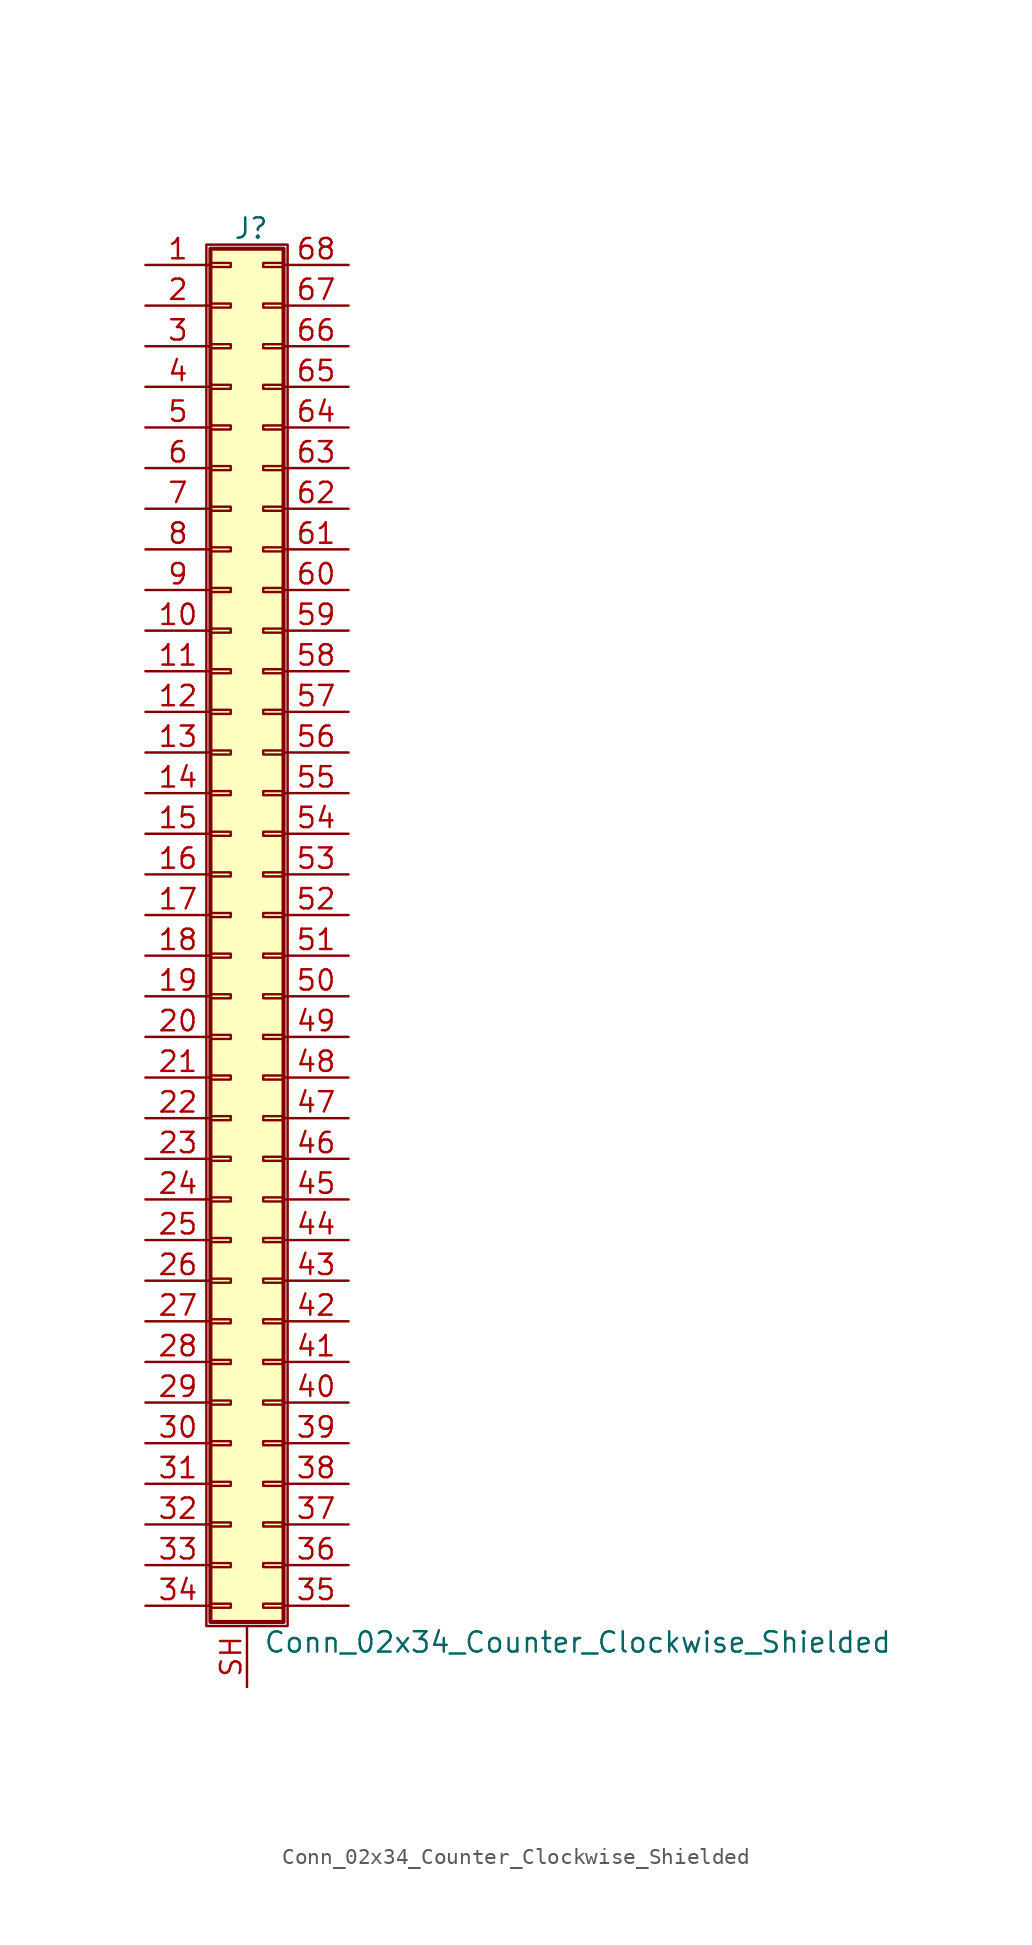
<source format=kicad_sym>
(kicad_symbol_lib
  (version 20211014)
  (generator kicad_symbol_editor)
  (symbol "Conn_02x34_Counter_Clockwise_Shielded"
    (pin_names
      (offset 1.016) hide)
    (property "Reference" "J"
      (at 1.524 42.926 0)
      (effects (font (size 1.27 1.27))))
    (property "Value" "Conn_02x34_Counter_Clockwise_Shielded"
      (at 2.286 -45.466 0)
      (effects (font (size 1.27 1.27)) (justify left)))
    (symbol "Conn_02x34_Counter_Clockwise_Shielded_1_1"
      (rectangle (start -1.27 41.91) (end 3.81 -44.45) (stroke (width 0.152) (type default) (color 0 0 0 0)) (fill (type none)))
      (rectangle (start -1.016 -43.053) (end 0.254 -43.307) (stroke (width 0.152) (type default) (color 0 0 0 0)) (fill (type none)))
      (rectangle (start -1.016 -40.513) (end 0.254 -40.767) (stroke (width 0.152) (type default) (color 0 0 0 0)) (fill (type none)))
      (rectangle (start -1.016 -37.973) (end 0.254 -38.227) (stroke (width 0.152) (type default) (color 0 0 0 0)) (fill (type none)))
      (rectangle (start -1.016 -35.433) (end 0.254 -35.687) (stroke (width 0.152) (type default) (color 0 0 0 0)) (fill (type none)))
      (rectangle (start -1.016 -32.893) (end 0.254 -33.147) (stroke (width 0.152) (type default) (color 0 0 0 0)) (fill (type none)))
      (rectangle (start -1.016 -30.353) (end 0.254 -30.607) (stroke (width 0.152) (type default) (color 0 0 0 0)) (fill (type none)))
      (rectangle (start -1.016 -27.813) (end 0.254 -28.067) (stroke (width 0.152) (type default) (color 0 0 0 0)) (fill (type none)))
      (rectangle (start -1.016 -25.273) (end 0.254 -25.527) (stroke (width 0.152) (type default) (color 0 0 0 0)) (fill (type none)))
      (rectangle (start -1.016 -22.733) (end 0.254 -22.987) (stroke (width 0.152) (type default) (color 0 0 0 0)) (fill (type none)))
      (rectangle (start -1.016 -20.193) (end 0.254 -20.447) (stroke (width 0.152) (type default) (color 0 0 0 0)) (fill (type none)))
      (rectangle (start -1.016 -17.653) (end 0.254 -17.907) (stroke (width 0.152) (type default) (color 0 0 0 0)) (fill (type none)))
      (rectangle (start -1.016 -15.113) (end 0.254 -15.367) (stroke (width 0.152) (type default) (color 0 0 0 0)) (fill (type none)))
      (rectangle (start -1.016 -12.573) (end 0.254 -12.827) (stroke (width 0.152) (type default) (color 0 0 0 0)) (fill (type none)))
      (rectangle (start -1.016 -10.033) (end 0.254 -10.287) (stroke (width 0.152) (type default) (color 0 0 0 0)) (fill (type none)))
      (rectangle (start -1.016 -7.493) (end 0.254 -7.747) (stroke (width 0.152) (type default) (color 0 0 0 0)) (fill (type none)))
      (rectangle (start -1.016 -4.953) (end 0.254 -5.207) (stroke (width 0.152) (type default) (color 0 0 0 0)) (fill (type none)))
      (rectangle (start -1.016 -2.413) (end 0.254 -2.667) (stroke (width 0.152) (type default) (color 0 0 0 0)) (fill (type none)))
      (rectangle (start -1.016 0.127) (end 0.254 -0.127) (stroke (width 0.152) (type default) (color 0 0 0 0)) (fill (type none)))
      (rectangle (start -1.016 2.667) (end 0.254 2.413) (stroke (width 0.152) (type default) (color 0 0 0 0)) (fill (type none)))
      (rectangle (start -1.016 5.207) (end 0.254 4.953) (stroke (width 0.152) (type default) (color 0 0 0 0)) (fill (type none)))
      (rectangle (start -1.016 7.747) (end 0.254 7.493) (stroke (width 0.152) (type default) (color 0 0 0 0)) (fill (type none)))
      (rectangle (start -1.016 10.287) (end 0.254 10.033) (stroke (width 0.152) (type default) (color 0 0 0 0)) (fill (type none)))
      (rectangle (start -1.016 12.827) (end 0.254 12.573) (stroke (width 0.152) (type default) (color 0 0 0 0)) (fill (type none)))
      (rectangle (start -1.016 15.367) (end 0.254 15.113) (stroke (width 0.152) (type default) (color 0 0 0 0)) (fill (type none)))
      (rectangle (start -1.016 17.907) (end 0.254 17.653) (stroke (width 0.152) (type default) (color 0 0 0 0)) (fill (type none)))
      (rectangle (start -1.016 20.447) (end 0.254 20.193) (stroke (width 0.152) (type default) (color 0 0 0 0)) (fill (type none)))
      (rectangle (start -1.016 22.987) (end 0.254 22.733) (stroke (width 0.152) (type default) (color 0 0 0 0)) (fill (type none)))
      (rectangle (start -1.016 25.527) (end 0.254 25.273) (stroke (width 0.152) (type default) (color 0 0 0 0)) (fill (type none)))
      (rectangle (start -1.016 28.067) (end 0.254 27.813) (stroke (width 0.152) (type default) (color 0 0 0 0)) (fill (type none)))
      (rectangle (start -1.016 30.607) (end 0.254 30.353) (stroke (width 0.152) (type default) (color 0 0 0 0)) (fill (type none)))
      (rectangle (start -1.016 33.147) (end 0.254 32.893) (stroke (width 0.152) (type default) (color 0 0 0 0)) (fill (type none)))
      (rectangle (start -1.016 35.687) (end 0.254 35.433) (stroke (width 0.152) (type default) (color 0 0 0 0)) (fill (type none)))
      (rectangle (start -1.016 38.227) (end 0.254 37.973) (stroke (width 0.152) (type default) (color 0 0 0 0)) (fill (type none)))
      (rectangle (start -1.016 40.767) (end 0.254 40.513) (stroke (width 0.152) (type default) (color 0 0 0 0)) (fill (type none)))
      (rectangle (start -1.016 41.656) (end 3.556 -44.196) (stroke (width 0.254) (type default) (color 0 0 0 0)) (fill (type background)))
      (rectangle (start 3.556 -43.053) (end 2.286 -43.307) (stroke (width 0.152) (type default) (color 0 0 0 0)) (fill (type none)))
      (rectangle (start 3.556 -40.513) (end 2.286 -40.767) (stroke (width 0.152) (type default) (color 0 0 0 0)) (fill (type none)))
      (rectangle (start 3.556 -37.973) (end 2.286 -38.227) (stroke (width 0.152) (type default) (color 0 0 0 0)) (fill (type none)))
      (rectangle (start 3.556 -35.433) (end 2.286 -35.687) (stroke (width 0.152) (type default) (color 0 0 0 0)) (fill (type none)))
      (rectangle (start 3.556 -32.893) (end 2.286 -33.147) (stroke (width 0.152) (type default) (color 0 0 0 0)) (fill (type none)))
      (rectangle (start 3.556 -30.353) (end 2.286 -30.607) (stroke (width 0.152) (type default) (color 0 0 0 0)) (fill (type none)))
      (rectangle (start 3.556 -27.813) (end 2.286 -28.067) (stroke (width 0.152) (type default) (color 0 0 0 0)) (fill (type none)))
      (rectangle (start 3.556 -25.273) (end 2.286 -25.527) (stroke (width 0.152) (type default) (color 0 0 0 0)) (fill (type none)))
      (rectangle (start 3.556 -22.733) (end 2.286 -22.987) (stroke (width 0.152) (type default) (color 0 0 0 0)) (fill (type none)))
      (rectangle (start 3.556 -20.193) (end 2.286 -20.447) (stroke (width 0.152) (type default) (color 0 0 0 0)) (fill (type none)))
      (rectangle (start 3.556 -17.653) (end 2.286 -17.907) (stroke (width 0.152) (type default) (color 0 0 0 0)) (fill (type none)))
      (rectangle (start 3.556 -15.113) (end 2.286 -15.367) (stroke (width 0.152) (type default) (color 0 0 0 0)) (fill (type none)))
      (rectangle (start 3.556 -12.573) (end 2.286 -12.827) (stroke (width 0.152) (type default) (color 0 0 0 0)) (fill (type none)))
      (rectangle (start 3.556 -10.033) (end 2.286 -10.287) (stroke (width 0.152) (type default) (color 0 0 0 0)) (fill (type none)))
      (rectangle (start 3.556 -7.493) (end 2.286 -7.747) (stroke (width 0.152) (type default) (color 0 0 0 0)) (fill (type none)))
      (rectangle (start 3.556 -4.953) (end 2.286 -5.207) (stroke (width 0.152) (type default) (color 0 0 0 0)) (fill (type none)))
      (rectangle (start 3.556 -2.413) (end 2.286 -2.667) (stroke (width 0.152) (type default) (color 0 0 0 0)) (fill (type none)))
      (rectangle (start 3.556 0.127) (end 2.286 -0.127) (stroke (width 0.152) (type default) (color 0 0 0 0)) (fill (type none)))
      (rectangle (start 3.556 2.667) (end 2.286 2.413) (stroke (width 0.152) (type default) (color 0 0 0 0)) (fill (type none)))
      (rectangle (start 3.556 5.207) (end 2.286 4.953) (stroke (width 0.152) (type default) (color 0 0 0 0)) (fill (type none)))
      (rectangle (start 3.556 7.747) (end 2.286 7.493) (stroke (width 0.152) (type default) (color 0 0 0 0)) (fill (type none)))
      (rectangle (start 3.556 10.287) (end 2.286 10.033) (stroke (width 0.152) (type default) (color 0 0 0 0)) (fill (type none)))
      (rectangle (start 3.556 12.827) (end 2.286 12.573) (stroke (width 0.152) (type default) (color 0 0 0 0)) (fill (type none)))
      (rectangle (start 3.556 15.367) (end 2.286 15.113) (stroke (width 0.152) (type default) (color 0 0 0 0)) (fill (type none)))
      (rectangle (start 3.556 17.907) (end 2.286 17.653) (stroke (width 0.152) (type default) (color 0 0 0 0)) (fill (type none)))
      (rectangle (start 3.556 20.447) (end 2.286 20.193) (stroke (width 0.152) (type default) (color 0 0 0 0)) (fill (type none)))
      (rectangle (start 3.556 22.987) (end 2.286 22.733) (stroke (width 0.152) (type default) (color 0 0 0 0)) (fill (type none)))
      (rectangle (start 3.556 25.527) (end 2.286 25.273) (stroke (width 0.152) (type default) (color 0 0 0 0)) (fill (type none)))
      (rectangle (start 3.556 28.067) (end 2.286 27.813) (stroke (width 0.152) (type default) (color 0 0 0 0)) (fill (type none)))
      (rectangle (start 3.556 30.607) (end 2.286 30.353) (stroke (width 0.152) (type default) (color 0 0 0 0)) (fill (type none)))
      (rectangle (start 3.556 33.147) (end 2.286 32.893) (stroke (width 0.152) (type default) (color 0 0 0 0)) (fill (type none)))
      (rectangle (start 3.556 35.687) (end 2.286 35.433) (stroke (width 0.152) (type default) (color 0 0 0 0)) (fill (type none)))
      (rectangle (start 3.556 38.227) (end 2.286 37.973) (stroke (width 0.152) (type default) (color 0 0 0 0)) (fill (type none)))
      (rectangle (start 3.556 40.767) (end 2.286 40.513) (stroke (width 0.152) (type default) (color 0 0 0 0)) (fill (type none)))
      (pin passive line (at -5.08 40.64 0) (length 4.064) (name "Pin_1" (effects (font (size 1.27 1.27)))) (number "1" (effects (font (size 1.27 1.27)))))
      (pin passive line (at -5.08 17.78 0) (length 4.064) (name "Pin_10" (effects (font (size 1.27 1.27)))) (number "10" (effects (font (size 1.27 1.27)))))
      (pin passive line (at -5.08 15.24 0) (length 4.064) (name "Pin_11" (effects (font (size 1.27 1.27)))) (number "11" (effects (font (size 1.27 1.27)))))
      (pin passive line (at -5.08 12.7 0) (length 4.064) (name "Pin_12" (effects (font (size 1.27 1.27)))) (number "12" (effects (font (size 1.27 1.27)))))
      (pin passive line (at -5.08 10.16 0) (length 4.064) (name "Pin_13" (effects (font (size 1.27 1.27)))) (number "13" (effects (font (size 1.27 1.27)))))
      (pin passive line (at -5.08 7.62 0) (length 4.064) (name "Pin_14" (effects (font (size 1.27 1.27)))) (number "14" (effects (font (size 1.27 1.27)))))
      (pin passive line (at -5.08 5.08 0) (length 4.064) (name "Pin_15" (effects (font (size 1.27 1.27)))) (number "15" (effects (font (size 1.27 1.27)))))
      (pin passive line (at -5.08 2.54 0) (length 4.064) (name "Pin_16" (effects (font (size 1.27 1.27)))) (number "16" (effects (font (size 1.27 1.27)))))
      (pin passive line (at -5.08 0 0) (length 4.064) (name "Pin_17" (effects (font (size 1.27 1.27)))) (number "17" (effects (font (size 1.27 1.27)))))
      (pin passive line (at -5.08 -2.54 0) (length 4.064) (name "Pin_18" (effects (font (size 1.27 1.27)))) (number "18" (effects (font (size 1.27 1.27)))))
      (pin passive line (at -5.08 -5.08 0) (length 4.064) (name "Pin_19" (effects (font (size 1.27 1.27)))) (number "19" (effects (font (size 1.27 1.27)))))
      (pin passive line (at -5.08 38.1 0) (length 4.064) (name "Pin_2" (effects (font (size 1.27 1.27)))) (number "2" (effects (font (size 1.27 1.27)))))
      (pin passive line (at -5.08 -7.62 0) (length 4.064) (name "Pin_20" (effects (font (size 1.27 1.27)))) (number "20" (effects (font (size 1.27 1.27)))))
      (pin passive line (at -5.08 -10.16 0) (length 4.064) (name "Pin_21" (effects (font (size 1.27 1.27)))) (number "21" (effects (font (size 1.27 1.27)))))
      (pin passive line (at -5.08 -12.7 0) (length 4.064) (name "Pin_22" (effects (font (size 1.27 1.27)))) (number "22" (effects (font (size 1.27 1.27)))))
      (pin passive line (at -5.08 -15.24 0) (length 4.064) (name "Pin_23" (effects (font (size 1.27 1.27)))) (number "23" (effects (font (size 1.27 1.27)))))
      (pin passive line (at -5.08 -17.78 0) (length 4.064) (name "Pin_24" (effects (font (size 1.27 1.27)))) (number "24" (effects (font (size 1.27 1.27)))))
      (pin passive line (at -5.08 -20.32 0) (length 4.064) (name "Pin_25" (effects (font (size 1.27 1.27)))) (number "25" (effects (font (size 1.27 1.27)))))
      (pin passive line (at -5.08 -22.86 0) (length 4.064) (name "Pin_26" (effects (font (size 1.27 1.27)))) (number "26" (effects (font (size 1.27 1.27)))))
      (pin passive line (at -5.08 -25.4 0) (length 4.064) (name "Pin_27" (effects (font (size 1.27 1.27)))) (number "27" (effects (font (size 1.27 1.27)))))
      (pin passive line (at -5.08 -27.94 0) (length 4.064) (name "Pin_28" (effects (font (size 1.27 1.27)))) (number "28" (effects (font (size 1.27 1.27)))))
      (pin passive line (at -5.08 -30.48 0) (length 4.064) (name "Pin_29" (effects (font (size 1.27 1.27)))) (number "29" (effects (font (size 1.27 1.27)))))
      (pin passive line (at -5.08 35.56 0) (length 4.064) (name "Pin_3" (effects (font (size 1.27 1.27)))) (number "3" (effects (font (size 1.27 1.27)))))
      (pin passive line (at -5.08 -33.02 0) (length 4.064) (name "Pin_30" (effects (font (size 1.27 1.27)))) (number "30" (effects (font (size 1.27 1.27)))))
      (pin passive line (at -5.08 -35.56 0) (length 4.064) (name "Pin_31" (effects (font (size 1.27 1.27)))) (number "31" (effects (font (size 1.27 1.27)))))
      (pin passive line (at -5.08 -38.1 0) (length 4.064) (name "Pin_32" (effects (font (size 1.27 1.27)))) (number "32" (effects (font (size 1.27 1.27)))))
      (pin passive line (at -5.08 -40.64 0) (length 4.064) (name "Pin_33" (effects (font (size 1.27 1.27)))) (number "33" (effects (font (size 1.27 1.27)))))
      (pin passive line (at -5.08 -43.18 0) (length 4.064) (name "Pin_34" (effects (font (size 1.27 1.27)))) (number "34" (effects (font (size 1.27 1.27)))))
      (pin passive line (at 7.62 -43.18 180) (length 4.064) (name "Pin_35" (effects (font (size 1.27 1.27)))) (number "35" (effects (font (size 1.27 1.27)))))
      (pin passive line (at 7.62 -40.64 180) (length 4.064) (name "Pin_36" (effects (font (size 1.27 1.27)))) (number "36" (effects (font (size 1.27 1.27)))))
      (pin passive line (at 7.62 -38.1 180) (length 4.064) (name "Pin_37" (effects (font (size 1.27 1.27)))) (number "37" (effects (font (size 1.27 1.27)))))
      (pin passive line (at 7.62 -35.56 180) (length 4.064) (name "Pin_38" (effects (font (size 1.27 1.27)))) (number "38" (effects (font (size 1.27 1.27)))))
      (pin passive line (at 7.62 -33.02 180) (length 4.064) (name "Pin_39" (effects (font (size 1.27 1.27)))) (number "39" (effects (font (size 1.27 1.27)))))
      (pin passive line (at -5.08 33.02 0) (length 4.064) (name "Pin_4" (effects (font (size 1.27 1.27)))) (number "4" (effects (font (size 1.27 1.27)))))
      (pin passive line (at 7.62 -30.48 180) (length 4.064) (name "Pin_40" (effects (font (size 1.27 1.27)))) (number "40" (effects (font (size 1.27 1.27)))))
      (pin passive line (at 7.62 -27.94 180) (length 4.064) (name "Pin_41" (effects (font (size 1.27 1.27)))) (number "41" (effects (font (size 1.27 1.27)))))
      (pin passive line (at 7.62 -25.4 180) (length 4.064) (name "Pin_42" (effects (font (size 1.27 1.27)))) (number "42" (effects (font (size 1.27 1.27)))))
      (pin passive line (at 7.62 -22.86 180) (length 4.064) (name "Pin_43" (effects (font (size 1.27 1.27)))) (number "43" (effects (font (size 1.27 1.27)))))
      (pin passive line (at 7.62 -20.32 180) (length 4.064) (name "Pin_44" (effects (font (size 1.27 1.27)))) (number "44" (effects (font (size 1.27 1.27)))))
      (pin passive line (at 7.62 -17.78 180) (length 4.064) (name "Pin_45" (effects (font (size 1.27 1.27)))) (number "45" (effects (font (size 1.27 1.27)))))
      (pin passive line (at 7.62 -15.24 180) (length 4.064) (name "Pin_46" (effects (font (size 1.27 1.27)))) (number "46" (effects (font (size 1.27 1.27)))))
      (pin passive line (at 7.62 -12.7 180) (length 4.064) (name "Pin_47" (effects (font (size 1.27 1.27)))) (number "47" (effects (font (size 1.27 1.27)))))
      (pin passive line (at 7.62 -10.16 180) (length 4.064) (name "Pin_48" (effects (font (size 1.27 1.27)))) (number "48" (effects (font (size 1.27 1.27)))))
      (pin passive line (at 7.62 -7.62 180) (length 4.064) (name "Pin_49" (effects (font (size 1.27 1.27)))) (number "49" (effects (font (size 1.27 1.27)))))
      (pin passive line (at -5.08 30.48 0) (length 4.064) (name "Pin_5" (effects (font (size 1.27 1.27)))) (number "5" (effects (font (size 1.27 1.27)))))
      (pin passive line (at 7.62 -5.08 180) (length 4.064) (name "Pin_50" (effects (font (size 1.27 1.27)))) (number "50" (effects (font (size 1.27 1.27)))))
      (pin passive line (at 7.62 -2.54 180) (length 4.064) (name "Pin_51" (effects (font (size 1.27 1.27)))) (number "51" (effects (font (size 1.27 1.27)))))
      (pin passive line (at 7.62 0 180) (length 4.064) (name "Pin_52" (effects (font (size 1.27 1.27)))) (number "52" (effects (font (size 1.27 1.27)))))
      (pin passive line (at 7.62 2.54 180) (length 4.064) (name "Pin_53" (effects (font (size 1.27 1.27)))) (number "53" (effects (font (size 1.27 1.27)))))
      (pin passive line (at 7.62 5.08 180) (length 4.064) (name "Pin_54" (effects (font (size 1.27 1.27)))) (number "54" (effects (font (size 1.27 1.27)))))
      (pin passive line (at 7.62 7.62 180) (length 4.064) (name "Pin_55" (effects (font (size 1.27 1.27)))) (number "55" (effects (font (size 1.27 1.27)))))
      (pin passive line (at 7.62 10.16 180) (length 4.064) (name "Pin_56" (effects (font (size 1.27 1.27)))) (number "56" (effects (font (size 1.27 1.27)))))
      (pin passive line (at 7.62 12.7 180) (length 4.064) (name "Pin_57" (effects (font (size 1.27 1.27)))) (number "57" (effects (font (size 1.27 1.27)))))
      (pin passive line (at 7.62 15.24 180) (length 4.064) (name "Pin_58" (effects (font (size 1.27 1.27)))) (number "58" (effects (font (size 1.27 1.27)))))
      (pin passive line (at 7.62 17.78 180) (length 4.064) (name "Pin_59" (effects (font (size 1.27 1.27)))) (number "59" (effects (font (size 1.27 1.27)))))
      (pin passive line (at -5.08 27.94 0) (length 4.064) (name "Pin_6" (effects (font (size 1.27 1.27)))) (number "6" (effects (font (size 1.27 1.27)))))
      (pin passive line (at 7.62 20.32 180) (length 4.064) (name "Pin_60" (effects (font (size 1.27 1.27)))) (number "60" (effects (font (size 1.27 1.27)))))
      (pin passive line (at 7.62 22.86 180) (length 4.064) (name "Pin_61" (effects (font (size 1.27 1.27)))) (number "61" (effects (font (size 1.27 1.27)))))
      (pin passive line (at 7.62 25.4 180) (length 4.064) (name "Pin_62" (effects (font (size 1.27 1.27)))) (number "62" (effects (font (size 1.27 1.27)))))
      (pin passive line (at 7.62 27.94 180) (length 4.064) (name "Pin_63" (effects (font (size 1.27 1.27)))) (number "63" (effects (font (size 1.27 1.27)))))
      (pin passive line (at 7.62 30.48 180) (length 4.064) (name "Pin_64" (effects (font (size 1.27 1.27)))) (number "64" (effects (font (size 1.27 1.27)))))
      (pin passive line (at 7.62 33.02 180) (length 4.064) (name "Pin_65" (effects (font (size 1.27 1.27)))) (number "65" (effects (font (size 1.27 1.27)))))
      (pin passive line (at 7.62 35.56 180) (length 4.064) (name "Pin_66" (effects (font (size 1.27 1.27)))) (number "66" (effects (font (size 1.27 1.27)))))
      (pin passive line (at 7.62 38.1 180) (length 4.064) (name "Pin_67" (effects (font (size 1.27 1.27)))) (number "67" (effects (font (size 1.27 1.27)))))
      (pin passive line (at 7.62 40.64 180) (length 4.064) (name "Pin_68" (effects (font (size 1.27 1.27)))) (number "68" (effects (font (size 1.27 1.27)))))
      (pin passive line (at -5.08 25.4 0) (length 4.064) (name "Pin_7" (effects (font (size 1.27 1.27)))) (number "7" (effects (font (size 1.27 1.27)))))
      (pin passive line (at -5.08 22.86 0) (length 4.064) (name "Pin_8" (effects (font (size 1.27 1.27)))) (number "8" (effects (font (size 1.27 1.27)))))
      (pin passive line (at -5.08 20.32 0) (length 4.064) (name "Pin_9" (effects (font (size 1.27 1.27)))) (number "9" (effects (font (size 1.27 1.27)))))
      (pin passive line (at 1.27 -48.26 90) (length 3.81) (name "Shield" (effects (font (size 1.27 1.27)))) (number "SH" (effects (font (size 1.27 1.27))))))))
</source>
